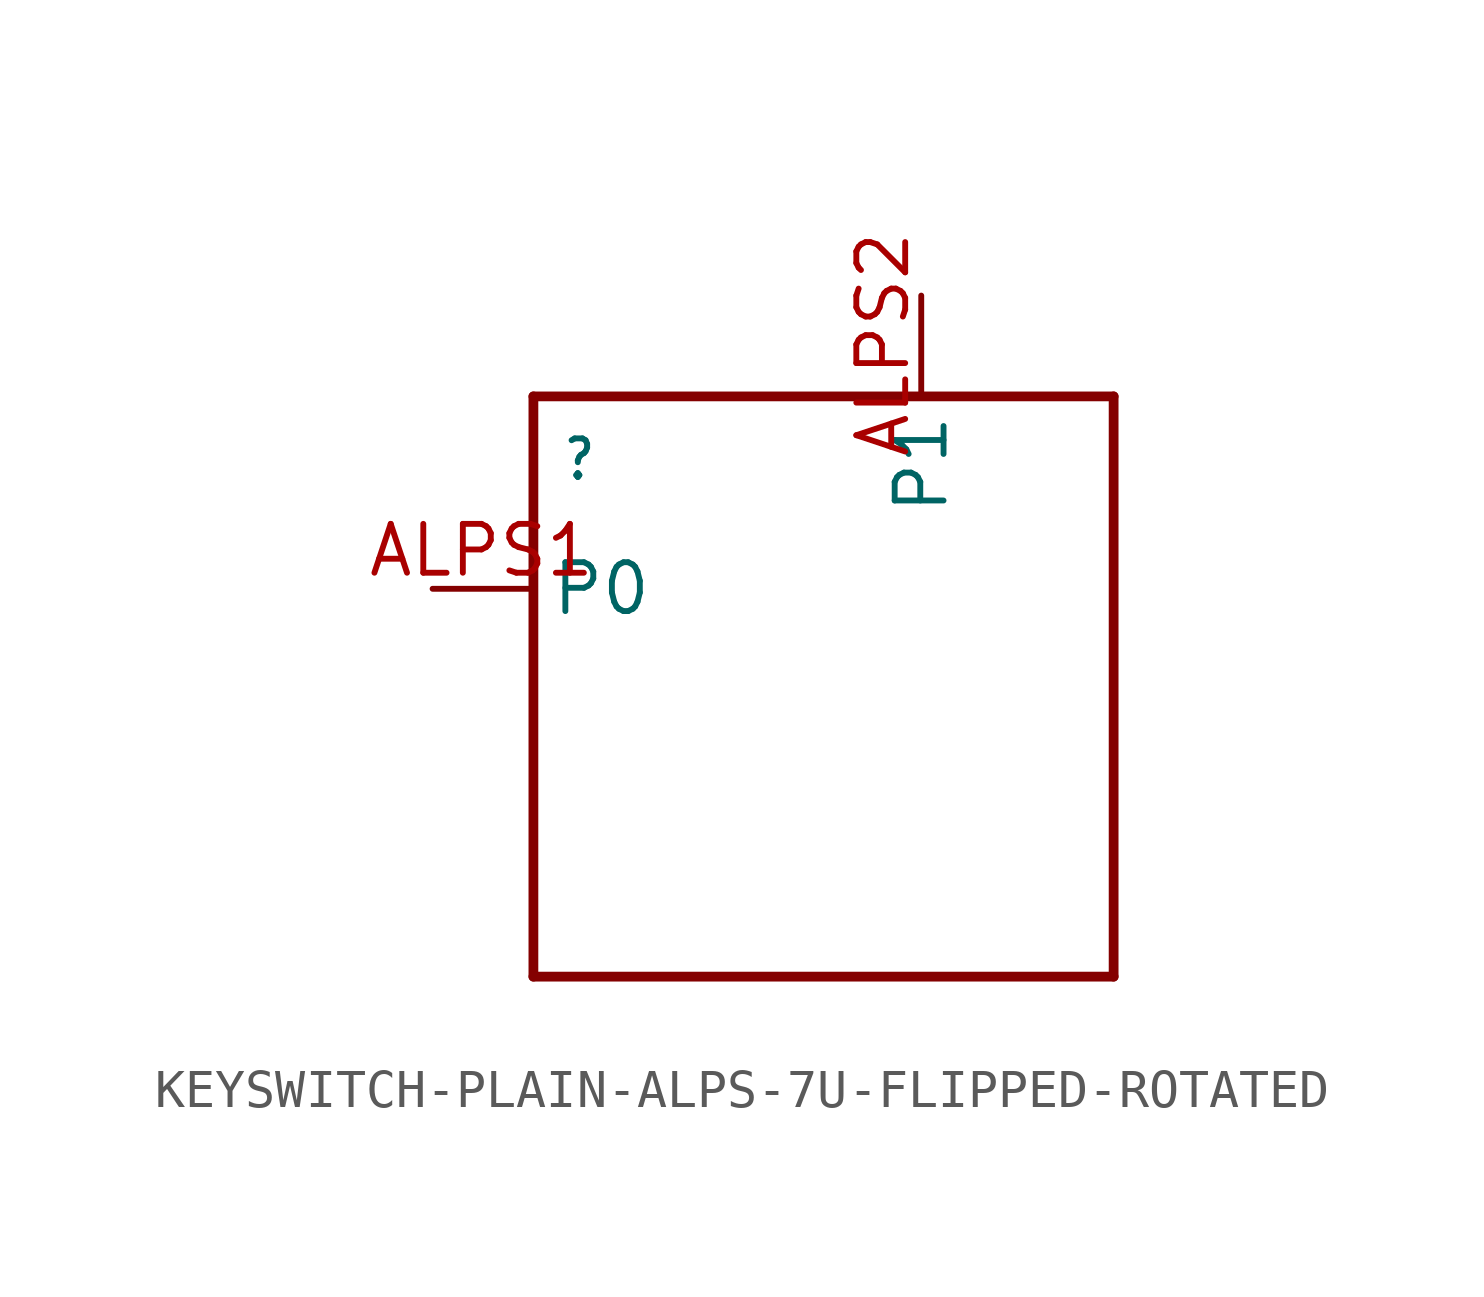
<source format=kicad_sym>
(kicad_symbol_lib
  (version 20211014)
  (generator kicad_symbol_editor)
  (symbol "KEYSWITCH-PLAIN-ALPS-7U-FLIPPED-ROTATED"
    (property "Reference" ""
      (at -6.81 5.318 0)
      (effects (font (size 1 0.85)) (justify left bottom)))
    (property "ki_locked" ""
      (at 0 0 0)
      (effects (font (size 1.27 1.27))))
    (symbol "KEYSWITCH-PLAIN-ALPS-7U-FLIPPED-ROTATED_1_0"
      (polyline (pts (xy -7.54 -7.54) (xy -7.54 7.54)) (stroke (width 0.254) (type default) (color 0 0 0 0)) (fill (type none)))
      (polyline (pts (xy -7.54 7.54) (xy 7.54 7.54)) (stroke (width 0.254) (type default) (color 0 0 0 0)) (fill (type none)))
      (polyline (pts (xy 7.54 -7.54) (xy -7.54 -7.54)) (stroke (width 0.254) (type default) (color 0 0 0 0)) (fill (type none)))
      (polyline (pts (xy 7.54 7.54) (xy 7.54 -7.54)) (stroke (width 0.254) (type default) (color 0 0 0 0)) (fill (type none)))
      (pin bidirectional line (at -10.16 2.54 0) (length 2.54) (name "P0" (effects (font (size 1.27 1.27)))) (number "ALPS1" (effects (font (size 1.27 1.27)))))
      (pin bidirectional line (at 2.54 10.16 270) (length 2.54) (name "P1" (effects (font (size 1.27 1.27)))) (number "ALPS2" (effects (font (size 1.27 1.27))))))))
</source>
